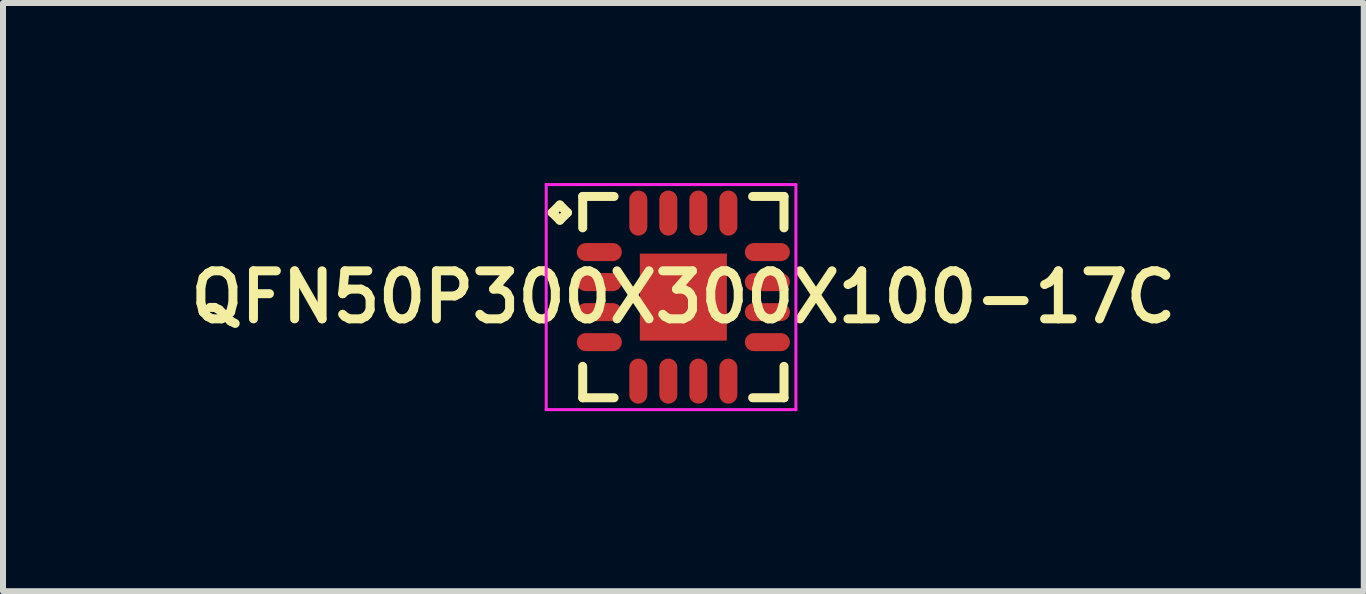
<source format=kicad_pcb>
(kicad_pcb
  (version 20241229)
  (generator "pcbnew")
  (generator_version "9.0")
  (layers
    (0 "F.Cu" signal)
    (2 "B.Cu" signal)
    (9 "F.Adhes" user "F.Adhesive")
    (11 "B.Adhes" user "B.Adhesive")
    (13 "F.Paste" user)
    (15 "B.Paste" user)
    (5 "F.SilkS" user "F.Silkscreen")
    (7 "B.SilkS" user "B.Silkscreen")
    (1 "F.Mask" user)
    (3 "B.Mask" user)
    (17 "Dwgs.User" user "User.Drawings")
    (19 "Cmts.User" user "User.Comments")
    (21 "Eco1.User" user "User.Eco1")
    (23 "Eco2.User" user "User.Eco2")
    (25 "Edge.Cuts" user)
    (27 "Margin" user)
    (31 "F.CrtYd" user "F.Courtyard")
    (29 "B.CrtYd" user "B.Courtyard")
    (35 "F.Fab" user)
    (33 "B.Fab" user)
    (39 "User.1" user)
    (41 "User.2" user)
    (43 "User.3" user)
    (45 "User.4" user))
  (footprint "QFN50P300X300X100-17C"
    (layer "F.Cu")
    (at 8.335 1.9)
    (property "Reference" "QFN50P300X300X100-17C" (at 0 0 0) (layer "F.SilkS") (effects (font (size 0.8 0.8) (thickness 0.15))))
    (attr smd)
    (fp_line (start -2.185 -1.408) (end -2.058 -1.535) (stroke (width 0.15) (type solid)) (layer "F.SilkS"))
    (fp_line (start -2.058 -1.535) (end -1.931 -1.408) (stroke (width 0.15) (type solid)) (layer "F.SilkS"))
    (fp_line (start -2.058 -1.281) (end -2.185 -1.408) (stroke (width 0.15) (type solid)) (layer "F.SilkS"))
    (fp_line (start -1.931 -1.408) (end -2.058 -1.281) (stroke (width 0.15) (type solid)) (layer "F.SilkS"))
    (fp_line (start -1.677 -1.677) (end -1.154 -1.677) (stroke (width 0.15) (type solid)) (layer "F.SilkS"))
    (fp_line (start -1.677 -1.154) (end -1.677 -1.677) (stroke (width 0.15) (type solid)) (layer "F.SilkS"))
    (fp_line (start -1.677 1.154) (end -1.677 1.677) (stroke (width 0.15) (type solid)) (layer "F.SilkS"))
    (fp_line (start -1.677 1.677) (end -1.154 1.677) (stroke (width 0.15) (type solid)) (layer "F.SilkS"))
    (fp_line (start 1.154 -1.677) (end 1.677 -1.677) (stroke (width 0.15) (type solid)) (layer "F.SilkS"))
    (fp_line (start 1.154 1.677) (end 1.677 1.677) (stroke (width 0.15) (type solid)) (layer "F.SilkS"))
    (fp_line (start 1.677 -1.677) (end 1.677 -1.154) (stroke (width 0.15) (type solid)) (layer "F.SilkS"))
    (fp_line (start 1.677 1.677) (end 1.677 1.154) (stroke (width 0.15) (type solid)) (layer "F.SilkS"))
    (fp_line (start -2.285 -1.875) (end 1.875 -1.875) (stroke (width 0.05) (type solid)) (layer "F.CrtYd"))
    (fp_line (start -2.285 1.875) (end -2.285 -1.875) (stroke (width 0.05) (type solid)) (layer "F.CrtYd"))
    (fp_line (start 1.875 -1.875) (end 1.875 1.875) (stroke (width 0.05) (type solid)) (layer "F.CrtYd"))
    (fp_line (start 1.875 1.875) (end -2.285 1.875) (stroke (width 0.05) (type solid)) (layer "F.CrtYd"))
    (pad "1" smd oval (at -1.4 -0.75) (size 0.75 0.3) (layers "F.Cu" "F.Mask" "F.Paste"))
    (pad "2" smd oval (at -1.4 -0.25) (size 0.75 0.3) (layers "F.Cu" "F.Mask" "F.Paste"))
    (pad "3" smd oval (at -1.4 0.25) (size 0.75 0.3) (layers "F.Cu" "F.Mask" "F.Paste"))
    (pad "4" smd oval (at -1.4 0.75) (size 0.75 0.3) (layers "F.Cu" "F.Mask" "F.Paste"))
    (pad "5" smd oval (at -0.75 1.4) (size 0.3 0.75) (layers "F.Cu" "F.Mask" "F.Paste"))
    (pad "6" smd oval (at -0.25 1.4) (size 0.3 0.75) (layers "F.Cu" "F.Mask" "F.Paste"))
    (pad "7" smd oval (at 0.25 1.4) (size 0.3 0.75) (layers "F.Cu" "F.Mask" "F.Paste"))
    (pad "8" smd oval (at 0.75 1.4) (size 0.3 0.75) (layers "F.Cu" "F.Mask" "F.Paste"))
    (pad "9" smd oval (at 1.4 0.75) (size 0.75 0.3) (layers "F.Cu" "F.Mask" "F.Paste"))
    (pad "10" smd oval (at 1.4 0.25) (size 0.75 0.3) (layers "F.Cu" "F.Mask" "F.Paste"))
    (pad "11" smd oval (at 1.4 -0.25) (size 0.75 0.3) (layers "F.Cu" "F.Mask" "F.Paste"))
    (pad "12" smd oval (at 1.4 -0.75) (size 0.75 0.3) (layers "F.Cu" "F.Mask" "F.Paste"))
    (pad "13" smd oval (at 0.75 -1.4) (size 0.3 0.75) (layers "F.Cu" "F.Mask" "F.Paste"))
    (pad "14" smd oval (at 0.25 -1.4) (size 0.3 0.75) (layers "F.Cu" "F.Mask" "F.Paste"))
    (pad "15" smd oval (at -0.25 -1.4) (size 0.3 0.75) (layers "F.Cu" "F.Mask" "F.Paste"))
    (pad "16" smd oval (at -0.75 -1.4) (size 0.3 0.75) (layers "F.Cu" "F.Mask" "F.Paste"))
    (pad "17" smd rect (at 0 0) (size 1.45 1.45) (layers "F.Cu" "F.Mask" "F.Paste")))
  (gr_rect
    (start -3 -3)
    (end 19.671 6.8)
    (stroke (width 0.1) (type default))
    (fill no)
    (layer "Edge.Cuts")))
</source>
